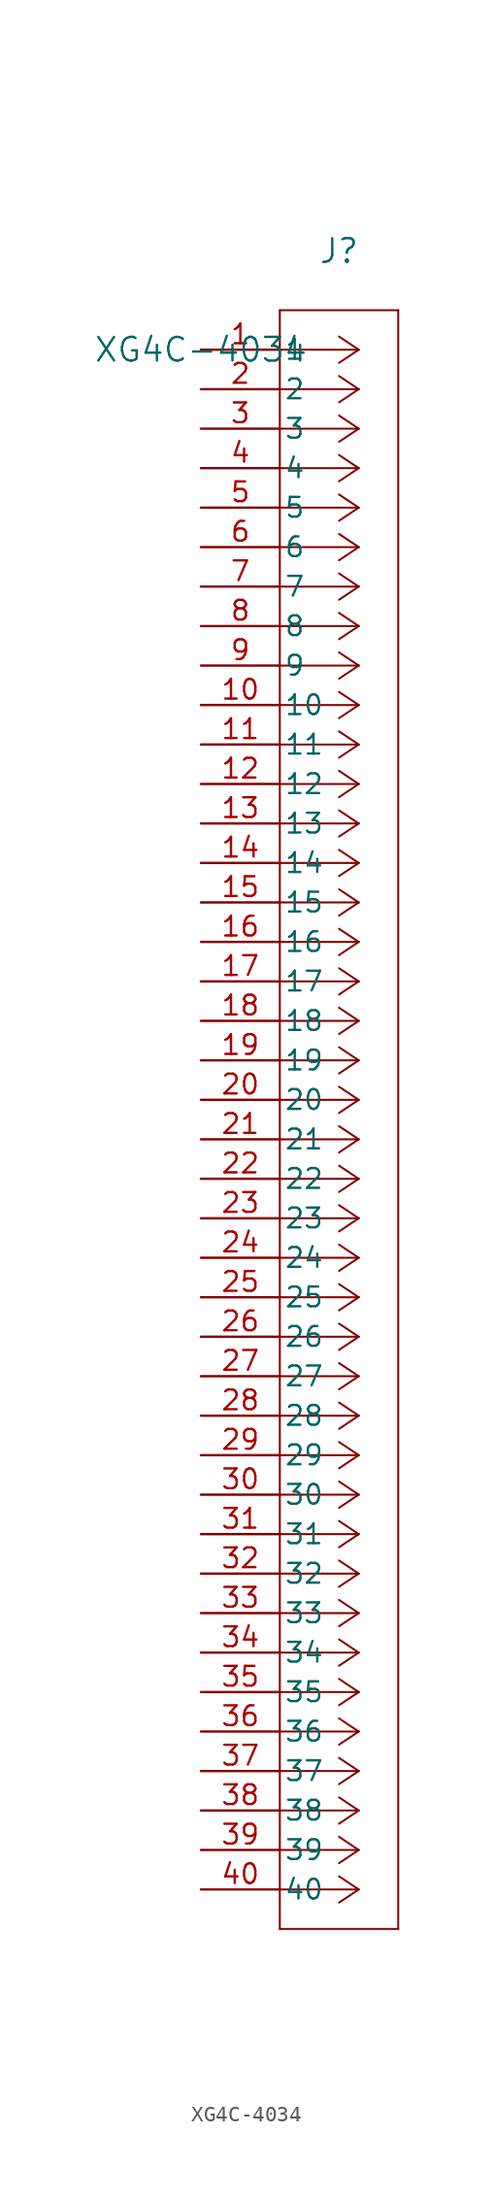
<source format=kicad_sym>
(kicad_symbol_lib
  (version 20211014)
  (generator kicad_symbol_editor)
  (symbol "XG4C-4034"
    (pin_names
      (offset 0.254))
    (property "Reference" "J"
      (at 8.89 6.35 0)
      (effects (font (size 1.524 1.524))))
    (property "Value" "XG4C-4034"
      (at 0 0 0)
      (effects (font (size 1.524 1.524))))
    (symbol "XG4C-4034_0_1"
      (polyline (pts (xy 10.16 0) (xy 5.08 0)) (stroke (width 0.127) (type default) (color 0 0 0 0)) (fill (type none)))
      (polyline (pts (xy 10.16 -2.54) (xy 5.08 -2.54)) (stroke (width 0.127) (type default) (color 0 0 0 0)) (fill (type none)))
      (polyline (pts (xy 10.16 -5.08) (xy 5.08 -5.08)) (stroke (width 0.127) (type default) (color 0 0 0 0)) (fill (type none)))
      (polyline (pts (xy 10.16 -7.62) (xy 5.08 -7.62)) (stroke (width 0.127) (type default) (color 0 0 0 0)) (fill (type none)))
      (polyline (pts (xy 10.16 -10.16) (xy 5.08 -10.16)) (stroke (width 0.127) (type default) (color 0 0 0 0)) (fill (type none)))
      (polyline (pts (xy 10.16 -12.7) (xy 5.08 -12.7)) (stroke (width 0.127) (type default) (color 0 0 0 0)) (fill (type none)))
      (polyline (pts (xy 10.16 -15.24) (xy 5.08 -15.24)) (stroke (width 0.127) (type default) (color 0 0 0 0)) (fill (type none)))
      (polyline (pts (xy 10.16 -17.78) (xy 5.08 -17.78)) (stroke (width 0.127) (type default) (color 0 0 0 0)) (fill (type none)))
      (polyline (pts (xy 10.16 -20.32) (xy 5.08 -20.32)) (stroke (width 0.127) (type default) (color 0 0 0 0)) (fill (type none)))
      (polyline (pts (xy 10.16 -22.86) (xy 5.08 -22.86)) (stroke (width 0.127) (type default) (color 0 0 0 0)) (fill (type none)))
      (polyline (pts (xy 10.16 -25.4) (xy 5.08 -25.4)) (stroke (width 0.127) (type default) (color 0 0 0 0)) (fill (type none)))
      (polyline (pts (xy 10.16 -27.94) (xy 5.08 -27.94)) (stroke (width 0.127) (type default) (color 0 0 0 0)) (fill (type none)))
      (polyline (pts (xy 10.16 -30.48) (xy 5.08 -30.48)) (stroke (width 0.127) (type default) (color 0 0 0 0)) (fill (type none)))
      (polyline (pts (xy 10.16 -33.02) (xy 5.08 -33.02)) (stroke (width 0.127) (type default) (color 0 0 0 0)) (fill (type none)))
      (polyline (pts (xy 10.16 -35.56) (xy 5.08 -35.56)) (stroke (width 0.127) (type default) (color 0 0 0 0)) (fill (type none)))
      (polyline (pts (xy 10.16 -38.1) (xy 5.08 -38.1)) (stroke (width 0.127) (type default) (color 0 0 0 0)) (fill (type none)))
      (polyline (pts (xy 10.16 -40.64) (xy 5.08 -40.64)) (stroke (width 0.127) (type default) (color 0 0 0 0)) (fill (type none)))
      (polyline (pts (xy 10.16 -43.18) (xy 5.08 -43.18)) (stroke (width 0.127) (type default) (color 0 0 0 0)) (fill (type none)))
      (polyline (pts (xy 10.16 -45.72) (xy 5.08 -45.72)) (stroke (width 0.127) (type default) (color 0 0 0 0)) (fill (type none)))
      (polyline (pts (xy 10.16 -48.26) (xy 5.08 -48.26)) (stroke (width 0.127) (type default) (color 0 0 0 0)) (fill (type none)))
      (polyline (pts (xy 10.16 -50.8) (xy 5.08 -50.8)) (stroke (width 0.127) (type default) (color 0 0 0 0)) (fill (type none)))
      (polyline (pts (xy 10.16 -53.34) (xy 5.08 -53.34)) (stroke (width 0.127) (type default) (color 0 0 0 0)) (fill (type none)))
      (polyline (pts (xy 10.16 -55.88) (xy 5.08 -55.88)) (stroke (width 0.127) (type default) (color 0 0 0 0)) (fill (type none)))
      (polyline (pts (xy 10.16 -58.42) (xy 5.08 -58.42)) (stroke (width 0.127) (type default) (color 0 0 0 0)) (fill (type none)))
      (polyline (pts (xy 10.16 -60.96) (xy 5.08 -60.96)) (stroke (width 0.127) (type default) (color 0 0 0 0)) (fill (type none)))
      (polyline (pts (xy 10.16 -63.5) (xy 5.08 -63.5)) (stroke (width 0.127) (type default) (color 0 0 0 0)) (fill (type none)))
      (polyline (pts (xy 10.16 -66.04) (xy 5.08 -66.04)) (stroke (width 0.127) (type default) (color 0 0 0 0)) (fill (type none)))
      (polyline (pts (xy 10.16 -68.58) (xy 5.08 -68.58)) (stroke (width 0.127) (type default) (color 0 0 0 0)) (fill (type none)))
      (polyline (pts (xy 10.16 -71.12) (xy 5.08 -71.12)) (stroke (width 0.127) (type default) (color 0 0 0 0)) (fill (type none)))
      (polyline (pts (xy 10.16 -73.66) (xy 5.08 -73.66)) (stroke (width 0.127) (type default) (color 0 0 0 0)) (fill (type none)))
      (polyline (pts (xy 10.16 -76.2) (xy 5.08 -76.2)) (stroke (width 0.127) (type default) (color 0 0 0 0)) (fill (type none)))
      (polyline (pts (xy 10.16 -78.74) (xy 5.08 -78.74)) (stroke (width 0.127) (type default) (color 0 0 0 0)) (fill (type none)))
      (polyline (pts (xy 10.16 -81.28) (xy 5.08 -81.28)) (stroke (width 0.127) (type default) (color 0 0 0 0)) (fill (type none)))
      (polyline (pts (xy 10.16 -83.82) (xy 5.08 -83.82)) (stroke (width 0.127) (type default) (color 0 0 0 0)) (fill (type none)))
      (polyline (pts (xy 10.16 -86.36) (xy 5.08 -86.36)) (stroke (width 0.127) (type default) (color 0 0 0 0)) (fill (type none)))
      (polyline (pts (xy 10.16 -88.9) (xy 5.08 -88.9)) (stroke (width 0.127) (type default) (color 0 0 0 0)) (fill (type none)))
      (polyline (pts (xy 10.16 -91.44) (xy 5.08 -91.44)) (stroke (width 0.127) (type default) (color 0 0 0 0)) (fill (type none)))
      (polyline (pts (xy 10.16 -93.98) (xy 5.08 -93.98)) (stroke (width 0.127) (type default) (color 0 0 0 0)) (fill (type none)))
      (polyline (pts (xy 10.16 -96.52) (xy 5.08 -96.52)) (stroke (width 0.127) (type default) (color 0 0 0 0)) (fill (type none)))
      (polyline (pts (xy 10.16 -99.06) (xy 5.08 -99.06)) (stroke (width 0.127) (type default) (color 0 0 0 0)) (fill (type none)))
      (polyline (pts (xy 10.16 0) (xy 8.89 0.847)) (stroke (width 0.127) (type default) (color 0 0 0 0)) (fill (type none)))
      (polyline (pts (xy 10.16 -2.54) (xy 8.89 -1.693)) (stroke (width 0.127) (type default) (color 0 0 0 0)) (fill (type none)))
      (polyline (pts (xy 10.16 -5.08) (xy 8.89 -4.233)) (stroke (width 0.127) (type default) (color 0 0 0 0)) (fill (type none)))
      (polyline (pts (xy 10.16 -7.62) (xy 8.89 -6.773)) (stroke (width 0.127) (type default) (color 0 0 0 0)) (fill (type none)))
      (polyline (pts (xy 10.16 -10.16) (xy 8.89 -9.313)) (stroke (width 0.127) (type default) (color 0 0 0 0)) (fill (type none)))
      (polyline (pts (xy 10.16 -12.7) (xy 8.89 -11.853)) (stroke (width 0.127) (type default) (color 0 0 0 0)) (fill (type none)))
      (polyline (pts (xy 10.16 -15.24) (xy 8.89 -14.393)) (stroke (width 0.127) (type default) (color 0 0 0 0)) (fill (type none)))
      (polyline (pts (xy 10.16 -17.78) (xy 8.89 -16.933)) (stroke (width 0.127) (type default) (color 0 0 0 0)) (fill (type none)))
      (polyline (pts (xy 10.16 -20.32) (xy 8.89 -19.473)) (stroke (width 0.127) (type default) (color 0 0 0 0)) (fill (type none)))
      (polyline (pts (xy 10.16 -22.86) (xy 8.89 -22.013)) (stroke (width 0.127) (type default) (color 0 0 0 0)) (fill (type none)))
      (polyline (pts (xy 10.16 -25.4) (xy 8.89 -24.553)) (stroke (width 0.127) (type default) (color 0 0 0 0)) (fill (type none)))
      (polyline (pts (xy 10.16 -27.94) (xy 8.89 -27.093)) (stroke (width 0.127) (type default) (color 0 0 0 0)) (fill (type none)))
      (polyline (pts (xy 10.16 -30.48) (xy 8.89 -29.633)) (stroke (width 0.127) (type default) (color 0 0 0 0)) (fill (type none)))
      (polyline (pts (xy 10.16 -33.02) (xy 8.89 -32.173)) (stroke (width 0.127) (type default) (color 0 0 0 0)) (fill (type none)))
      (polyline (pts (xy 10.16 -35.56) (xy 8.89 -34.713)) (stroke (width 0.127) (type default) (color 0 0 0 0)) (fill (type none)))
      (polyline (pts (xy 10.16 -38.1) (xy 8.89 -37.253)) (stroke (width 0.127) (type default) (color 0 0 0 0)) (fill (type none)))
      (polyline (pts (xy 10.16 -40.64) (xy 8.89 -39.793)) (stroke (width 0.127) (type default) (color 0 0 0 0)) (fill (type none)))
      (polyline (pts (xy 10.16 -43.18) (xy 8.89 -42.333)) (stroke (width 0.127) (type default) (color 0 0 0 0)) (fill (type none)))
      (polyline (pts (xy 10.16 -45.72) (xy 8.89 -44.873)) (stroke (width 0.127) (type default) (color 0 0 0 0)) (fill (type none)))
      (polyline (pts (xy 10.16 -48.26) (xy 8.89 -47.413)) (stroke (width 0.127) (type default) (color 0 0 0 0)) (fill (type none)))
      (polyline (pts (xy 10.16 -50.8) (xy 8.89 -49.953)) (stroke (width 0.127) (type default) (color 0 0 0 0)) (fill (type none)))
      (polyline (pts (xy 10.16 -53.34) (xy 8.89 -52.493)) (stroke (width 0.127) (type default) (color 0 0 0 0)) (fill (type none)))
      (polyline (pts (xy 10.16 -55.88) (xy 8.89 -55.033)) (stroke (width 0.127) (type default) (color 0 0 0 0)) (fill (type none)))
      (polyline (pts (xy 10.16 -58.42) (xy 8.89 -57.573)) (stroke (width 0.127) (type default) (color 0 0 0 0)) (fill (type none)))
      (polyline (pts (xy 10.16 -60.96) (xy 8.89 -60.113)) (stroke (width 0.127) (type default) (color 0 0 0 0)) (fill (type none)))
      (polyline (pts (xy 10.16 -63.5) (xy 8.89 -62.653)) (stroke (width 0.127) (type default) (color 0 0 0 0)) (fill (type none)))
      (polyline (pts (xy 10.16 -66.04) (xy 8.89 -65.193)) (stroke (width 0.127) (type default) (color 0 0 0 0)) (fill (type none)))
      (polyline (pts (xy 10.16 -68.58) (xy 8.89 -67.733)) (stroke (width 0.127) (type default) (color 0 0 0 0)) (fill (type none)))
      (polyline (pts (xy 10.16 -71.12) (xy 8.89 -70.273)) (stroke (width 0.127) (type default) (color 0 0 0 0)) (fill (type none)))
      (polyline (pts (xy 10.16 -73.66) (xy 8.89 -72.813)) (stroke (width 0.127) (type default) (color 0 0 0 0)) (fill (type none)))
      (polyline (pts (xy 10.16 -76.2) (xy 8.89 -75.353)) (stroke (width 0.127) (type default) (color 0 0 0 0)) (fill (type none)))
      (polyline (pts (xy 10.16 -78.74) (xy 8.89 -77.893)) (stroke (width 0.127) (type default) (color 0 0 0 0)) (fill (type none)))
      (polyline (pts (xy 10.16 -81.28) (xy 8.89 -80.433)) (stroke (width 0.127) (type default) (color 0 0 0 0)) (fill (type none)))
      (polyline (pts (xy 10.16 -83.82) (xy 8.89 -82.973)) (stroke (width 0.127) (type default) (color 0 0 0 0)) (fill (type none)))
      (polyline (pts (xy 10.16 -86.36) (xy 8.89 -85.513)) (stroke (width 0.127) (type default) (color 0 0 0 0)) (fill (type none)))
      (polyline (pts (xy 10.16 -88.9) (xy 8.89 -88.053)) (stroke (width 0.127) (type default) (color 0 0 0 0)) (fill (type none)))
      (polyline (pts (xy 10.16 -91.44) (xy 8.89 -90.593)) (stroke (width 0.127) (type default) (color 0 0 0 0)) (fill (type none)))
      (polyline (pts (xy 10.16 -93.98) (xy 8.89 -93.133)) (stroke (width 0.127) (type default) (color 0 0 0 0)) (fill (type none)))
      (polyline (pts (xy 10.16 -96.52) (xy 8.89 -95.673)) (stroke (width 0.127) (type default) (color 0 0 0 0)) (fill (type none)))
      (polyline (pts (xy 10.16 -99.06) (xy 8.89 -98.213)) (stroke (width 0.127) (type default) (color 0 0 0 0)) (fill (type none)))
      (polyline (pts (xy 10.16 0) (xy 8.89 -0.847)) (stroke (width 0.127) (type default) (color 0 0 0 0)) (fill (type none)))
      (polyline (pts (xy 10.16 -2.54) (xy 8.89 -3.387)) (stroke (width 0.127) (type default) (color 0 0 0 0)) (fill (type none)))
      (polyline (pts (xy 10.16 -5.08) (xy 8.89 -5.927)) (stroke (width 0.127) (type default) (color 0 0 0 0)) (fill (type none)))
      (polyline (pts (xy 10.16 -7.62) (xy 8.89 -8.467)) (stroke (width 0.127) (type default) (color 0 0 0 0)) (fill (type none)))
      (polyline (pts (xy 10.16 -10.16) (xy 8.89 -11.007)) (stroke (width 0.127) (type default) (color 0 0 0 0)) (fill (type none)))
      (polyline (pts (xy 10.16 -12.7) (xy 8.89 -13.547)) (stroke (width 0.127) (type default) (color 0 0 0 0)) (fill (type none)))
      (polyline (pts (xy 10.16 -15.24) (xy 8.89 -16.087)) (stroke (width 0.127) (type default) (color 0 0 0 0)) (fill (type none)))
      (polyline (pts (xy 10.16 -17.78) (xy 8.89 -18.627)) (stroke (width 0.127) (type default) (color 0 0 0 0)) (fill (type none)))
      (polyline (pts (xy 10.16 -20.32) (xy 8.89 -21.167)) (stroke (width 0.127) (type default) (color 0 0 0 0)) (fill (type none)))
      (polyline (pts (xy 10.16 -22.86) (xy 8.89 -23.707)) (stroke (width 0.127) (type default) (color 0 0 0 0)) (fill (type none)))
      (polyline (pts (xy 10.16 -25.4) (xy 8.89 -26.247)) (stroke (width 0.127) (type default) (color 0 0 0 0)) (fill (type none)))
      (polyline (pts (xy 10.16 -27.94) (xy 8.89 -28.787)) (stroke (width 0.127) (type default) (color 0 0 0 0)) (fill (type none)))
      (polyline (pts (xy 10.16 -30.48) (xy 8.89 -31.327)) (stroke (width 0.127) (type default) (color 0 0 0 0)) (fill (type none)))
      (polyline (pts (xy 10.16 -33.02) (xy 8.89 -33.867)) (stroke (width 0.127) (type default) (color 0 0 0 0)) (fill (type none)))
      (polyline (pts (xy 10.16 -35.56) (xy 8.89 -36.407)) (stroke (width 0.127) (type default) (color 0 0 0 0)) (fill (type none)))
      (polyline (pts (xy 10.16 -38.1) (xy 8.89 -38.947)) (stroke (width 0.127) (type default) (color 0 0 0 0)) (fill (type none)))
      (polyline (pts (xy 10.16 -40.64) (xy 8.89 -41.487)) (stroke (width 0.127) (type default) (color 0 0 0 0)) (fill (type none)))
      (polyline (pts (xy 10.16 -43.18) (xy 8.89 -44.027)) (stroke (width 0.127) (type default) (color 0 0 0 0)) (fill (type none)))
      (polyline (pts (xy 10.16 -45.72) (xy 8.89 -46.567)) (stroke (width 0.127) (type default) (color 0 0 0 0)) (fill (type none)))
      (polyline (pts (xy 10.16 -48.26) (xy 8.89 -49.107)) (stroke (width 0.127) (type default) (color 0 0 0 0)) (fill (type none)))
      (polyline (pts (xy 10.16 -50.8) (xy 8.89 -51.647)) (stroke (width 0.127) (type default) (color 0 0 0 0)) (fill (type none)))
      (polyline (pts (xy 10.16 -53.34) (xy 8.89 -54.187)) (stroke (width 0.127) (type default) (color 0 0 0 0)) (fill (type none)))
      (polyline (pts (xy 10.16 -55.88) (xy 8.89 -56.727)) (stroke (width 0.127) (type default) (color 0 0 0 0)) (fill (type none)))
      (polyline (pts (xy 10.16 -58.42) (xy 8.89 -59.267)) (stroke (width 0.127) (type default) (color 0 0 0 0)) (fill (type none)))
      (polyline (pts (xy 10.16 -60.96) (xy 8.89 -61.807)) (stroke (width 0.127) (type default) (color 0 0 0 0)) (fill (type none)))
      (polyline (pts (xy 10.16 -63.5) (xy 8.89 -64.347)) (stroke (width 0.127) (type default) (color 0 0 0 0)) (fill (type none)))
      (polyline (pts (xy 10.16 -66.04) (xy 8.89 -66.887)) (stroke (width 0.127) (type default) (color 0 0 0 0)) (fill (type none)))
      (polyline (pts (xy 10.16 -68.58) (xy 8.89 -69.427)) (stroke (width 0.127) (type default) (color 0 0 0 0)) (fill (type none)))
      (polyline (pts (xy 10.16 -71.12) (xy 8.89 -71.967)) (stroke (width 0.127) (type default) (color 0 0 0 0)) (fill (type none)))
      (polyline (pts (xy 10.16 -73.66) (xy 8.89 -74.507)) (stroke (width 0.127) (type default) (color 0 0 0 0)) (fill (type none)))
      (polyline (pts (xy 10.16 -76.2) (xy 8.89 -77.047)) (stroke (width 0.127) (type default) (color 0 0 0 0)) (fill (type none)))
      (polyline (pts (xy 10.16 -78.74) (xy 8.89 -79.587)) (stroke (width 0.127) (type default) (color 0 0 0 0)) (fill (type none)))
      (polyline (pts (xy 10.16 -81.28) (xy 8.89 -82.127)) (stroke (width 0.127) (type default) (color 0 0 0 0)) (fill (type none)))
      (polyline (pts (xy 10.16 -83.82) (xy 8.89 -84.667)) (stroke (width 0.127) (type default) (color 0 0 0 0)) (fill (type none)))
      (polyline (pts (xy 10.16 -86.36) (xy 8.89 -87.207)) (stroke (width 0.127) (type default) (color 0 0 0 0)) (fill (type none)))
      (polyline (pts (xy 10.16 -88.9) (xy 8.89 -89.747)) (stroke (width 0.127) (type default) (color 0 0 0 0)) (fill (type none)))
      (polyline (pts (xy 10.16 -91.44) (xy 8.89 -92.287)) (stroke (width 0.127) (type default) (color 0 0 0 0)) (fill (type none)))
      (polyline (pts (xy 10.16 -93.98) (xy 8.89 -94.827)) (stroke (width 0.127) (type default) (color 0 0 0 0)) (fill (type none)))
      (polyline (pts (xy 10.16 -96.52) (xy 8.89 -97.367)) (stroke (width 0.127) (type default) (color 0 0 0 0)) (fill (type none)))
      (polyline (pts (xy 10.16 -99.06) (xy 8.89 -99.907)) (stroke (width 0.127) (type default) (color 0 0 0 0)) (fill (type none)))
      (polyline (pts (xy 5.08 2.54) (xy 5.08 -101.6)) (stroke (width 0.127) (type default) (color 0 0 0 0)) (fill (type none)))
      (polyline (pts (xy 5.08 -101.6) (xy 12.7 -101.6)) (stroke (width 0.127) (type default) (color 0 0 0 0)) (fill (type none)))
      (polyline (pts (xy 12.7 -101.6) (xy 12.7 2.54)) (stroke (width 0.127) (type default) (color 0 0 0 0)) (fill (type none)))
      (polyline (pts (xy 12.7 2.54) (xy 5.08 2.54)) (stroke (width 0.127) (type default) (color 0 0 0 0)) (fill (type none)))
      (pin unspecified line (at 0 0 0) (length 5.08) (name "1" (effects (font (size 1.27 1.27)))) (number "1" (effects (font (size 1.27 1.27)))))
      (pin unspecified line (at 0 -2.54 0) (length 5.08) (name "2" (effects (font (size 1.27 1.27)))) (number "2" (effects (font (size 1.27 1.27)))))
      (pin unspecified line (at 0 -5.08 0) (length 5.08) (name "3" (effects (font (size 1.27 1.27)))) (number "3" (effects (font (size 1.27 1.27)))))
      (pin unspecified line (at 0 -7.62 0) (length 5.08) (name "4" (effects (font (size 1.27 1.27)))) (number "4" (effects (font (size 1.27 1.27)))))
      (pin unspecified line (at 0 -10.16 0) (length 5.08) (name "5" (effects (font (size 1.27 1.27)))) (number "5" (effects (font (size 1.27 1.27)))))
      (pin unspecified line (at 0 -12.7 0) (length 5.08) (name "6" (effects (font (size 1.27 1.27)))) (number "6" (effects (font (size 1.27 1.27)))))
      (pin unspecified line (at 0 -15.24 0) (length 5.08) (name "7" (effects (font (size 1.27 1.27)))) (number "7" (effects (font (size 1.27 1.27)))))
      (pin unspecified line (at 0 -17.78 0) (length 5.08) (name "8" (effects (font (size 1.27 1.27)))) (number "8" (effects (font (size 1.27 1.27)))))
      (pin unspecified line (at 0 -20.32 0) (length 5.08) (name "9" (effects (font (size 1.27 1.27)))) (number "9" (effects (font (size 1.27 1.27)))))
      (pin unspecified line (at 0 -22.86 0) (length 5.08) (name "10" (effects (font (size 1.27 1.27)))) (number "10" (effects (font (size 1.27 1.27)))))
      (pin unspecified line (at 0 -25.4 0) (length 5.08) (name "11" (effects (font (size 1.27 1.27)))) (number "11" (effects (font (size 1.27 1.27)))))
      (pin unspecified line (at 0 -27.94 0) (length 5.08) (name "12" (effects (font (size 1.27 1.27)))) (number "12" (effects (font (size 1.27 1.27)))))
      (pin unspecified line (at 0 -30.48 0) (length 5.08) (name "13" (effects (font (size 1.27 1.27)))) (number "13" (effects (font (size 1.27 1.27)))))
      (pin unspecified line (at 0 -33.02 0) (length 5.08) (name "14" (effects (font (size 1.27 1.27)))) (number "14" (effects (font (size 1.27 1.27)))))
      (pin unspecified line (at 0 -35.56 0) (length 5.08) (name "15" (effects (font (size 1.27 1.27)))) (number "15" (effects (font (size 1.27 1.27)))))
      (pin unspecified line (at 0 -38.1 0) (length 5.08) (name "16" (effects (font (size 1.27 1.27)))) (number "16" (effects (font (size 1.27 1.27)))))
      (pin unspecified line (at 0 -40.64 0) (length 5.08) (name "17" (effects (font (size 1.27 1.27)))) (number "17" (effects (font (size 1.27 1.27)))))
      (pin unspecified line (at 0 -43.18 0) (length 5.08) (name "18" (effects (font (size 1.27 1.27)))) (number "18" (effects (font (size 1.27 1.27)))))
      (pin unspecified line (at 0 -45.72 0) (length 5.08) (name "19" (effects (font (size 1.27 1.27)))) (number "19" (effects (font (size 1.27 1.27)))))
      (pin unspecified line (at 0 -48.26 0) (length 5.08) (name "20" (effects (font (size 1.27 1.27)))) (number "20" (effects (font (size 1.27 1.27)))))
      (pin unspecified line (at 0 -50.8 0) (length 5.08) (name "21" (effects (font (size 1.27 1.27)))) (number "21" (effects (font (size 1.27 1.27)))))
      (pin unspecified line (at 0 -53.34 0) (length 5.08) (name "22" (effects (font (size 1.27 1.27)))) (number "22" (effects (font (size 1.27 1.27)))))
      (pin unspecified line (at 0 -55.88 0) (length 5.08) (name "23" (effects (font (size 1.27 1.27)))) (number "23" (effects (font (size 1.27 1.27)))))
      (pin unspecified line (at 0 -58.42 0) (length 5.08) (name "24" (effects (font (size 1.27 1.27)))) (number "24" (effects (font (size 1.27 1.27)))))
      (pin unspecified line (at 0 -60.96 0) (length 5.08) (name "25" (effects (font (size 1.27 1.27)))) (number "25" (effects (font (size 1.27 1.27)))))
      (pin unspecified line (at 0 -63.5 0) (length 5.08) (name "26" (effects (font (size 1.27 1.27)))) (number "26" (effects (font (size 1.27 1.27)))))
      (pin unspecified line (at 0 -66.04 0) (length 5.08) (name "27" (effects (font (size 1.27 1.27)))) (number "27" (effects (font (size 1.27 1.27)))))
      (pin unspecified line (at 0 -68.58 0) (length 5.08) (name "28" (effects (font (size 1.27 1.27)))) (number "28" (effects (font (size 1.27 1.27)))))
      (pin unspecified line (at 0 -71.12 0) (length 5.08) (name "29" (effects (font (size 1.27 1.27)))) (number "29" (effects (font (size 1.27 1.27)))))
      (pin unspecified line (at 0 -73.66 0) (length 5.08) (name "30" (effects (font (size 1.27 1.27)))) (number "30" (effects (font (size 1.27 1.27)))))
      (pin unspecified line (at 0 -76.2 0) (length 5.08) (name "31" (effects (font (size 1.27 1.27)))) (number "31" (effects (font (size 1.27 1.27)))))
      (pin unspecified line (at 0 -78.74 0) (length 5.08) (name "32" (effects (font (size 1.27 1.27)))) (number "32" (effects (font (size 1.27 1.27)))))
      (pin unspecified line (at 0 -81.28 0) (length 5.08) (name "33" (effects (font (size 1.27 1.27)))) (number "33" (effects (font (size 1.27 1.27)))))
      (pin unspecified line (at 0 -83.82 0) (length 5.08) (name "34" (effects (font (size 1.27 1.27)))) (number "34" (effects (font (size 1.27 1.27)))))
      (pin unspecified line (at 0 -86.36 0) (length 5.08) (name "35" (effects (font (size 1.27 1.27)))) (number "35" (effects (font (size 1.27 1.27)))))
      (pin unspecified line (at 0 -88.9 0) (length 5.08) (name "36" (effects (font (size 1.27 1.27)))) (number "36" (effects (font (size 1.27 1.27)))))
      (pin unspecified line (at 0 -91.44 0) (length 5.08) (name "37" (effects (font (size 1.27 1.27)))) (number "37" (effects (font (size 1.27 1.27)))))
      (pin unspecified line (at 0 -93.98 0) (length 5.08) (name "38" (effects (font (size 1.27 1.27)))) (number "38" (effects (font (size 1.27 1.27)))))
      (pin unspecified line (at 0 -96.52 0) (length 5.08) (name "39" (effects (font (size 1.27 1.27)))) (number "39" (effects (font (size 1.27 1.27)))))
      (pin unspecified line (at 0 -99.06 0) (length 5.08) (name "40" (effects (font (size 1.27 1.27)))) (number "40" (effects (font (size 1.27 1.27))))))))
</source>
